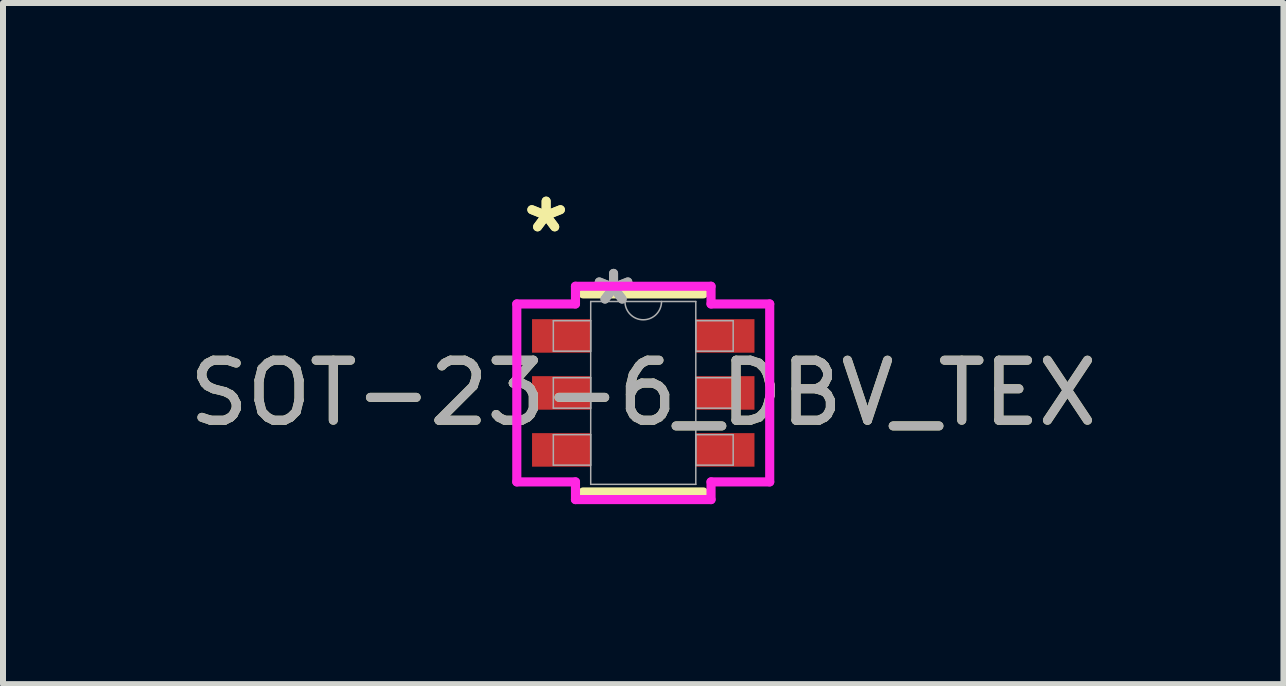
<source format=kicad_pcb>
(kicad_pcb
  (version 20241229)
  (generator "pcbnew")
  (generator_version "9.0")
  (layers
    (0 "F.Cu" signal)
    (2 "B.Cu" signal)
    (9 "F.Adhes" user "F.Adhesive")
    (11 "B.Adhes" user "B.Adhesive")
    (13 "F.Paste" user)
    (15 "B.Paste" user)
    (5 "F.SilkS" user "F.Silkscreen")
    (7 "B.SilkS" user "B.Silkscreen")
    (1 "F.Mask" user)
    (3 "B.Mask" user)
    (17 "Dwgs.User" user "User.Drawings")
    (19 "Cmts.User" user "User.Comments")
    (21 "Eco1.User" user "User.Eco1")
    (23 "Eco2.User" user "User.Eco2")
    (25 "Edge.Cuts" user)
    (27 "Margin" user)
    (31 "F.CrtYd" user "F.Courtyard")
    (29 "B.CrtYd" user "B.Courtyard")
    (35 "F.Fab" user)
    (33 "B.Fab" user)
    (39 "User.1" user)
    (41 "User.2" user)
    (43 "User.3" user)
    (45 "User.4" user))
  (footprint "SOT-23-6_DBV_TEX"
    (layer "F.Cu")
    (at 7.673 3.5)
    (property "Reference" "SOT-23-6_DBV_TEX" (at 0 0 0) (unlocked yes) (layer "F.SilkS") (effects (font (size 1 1) (thickness 0.15))))
    (attr smd)
    (fp_line (start -1.003 1.651) (end 1.003 1.651) (stroke (width 0.152) (type solid)) (layer "F.SilkS"))
    (fp_line (start 1.003 -1.651) (end -1.003 -1.651) (stroke (width 0.152) (type solid)) (layer "F.SilkS"))
    (fp_line (start -2.108 -1.483) (end -1.13 -1.483) (stroke (width 0.152) (type solid)) (layer "F.CrtYd"))
    (fp_line (start -2.108 1.483) (end -2.108 -1.483) (stroke (width 0.152) (type solid)) (layer "F.CrtYd"))
    (fp_line (start -2.108 1.483) (end -1.13 1.483) (stroke (width 0.152) (type solid)) (layer "F.CrtYd"))
    (fp_line (start -1.13 -1.778) (end 1.13 -1.778) (stroke (width 0.152) (type solid)) (layer "F.CrtYd"))
    (fp_line (start -1.13 -1.483) (end -1.13 -1.778) (stroke (width 0.152) (type solid)) (layer "F.CrtYd"))
    (fp_line (start -1.13 1.778) (end -1.13 1.483) (stroke (width 0.152) (type solid)) (layer "F.CrtYd"))
    (fp_line (start 1.13 -1.778) (end 1.13 -1.483) (stroke (width 0.152) (type solid)) (layer "F.CrtYd"))
    (fp_line (start 1.13 1.483) (end 1.13 1.778) (stroke (width 0.152) (type solid)) (layer "F.CrtYd"))
    (fp_line (start 1.13 1.778) (end -1.13 1.778) (stroke (width 0.152) (type solid)) (layer "F.CrtYd"))
    (fp_line (start 2.108 -1.483) (end 1.13 -1.483) (stroke (width 0.152) (type solid)) (layer "F.CrtYd"))
    (fp_line (start 2.108 -1.483) (end 2.108 1.483) (stroke (width 0.152) (type solid)) (layer "F.CrtYd"))
    (fp_line (start 2.108 1.483) (end 1.13 1.483) (stroke (width 0.152) (type solid)) (layer "F.CrtYd"))
    (fp_line (start -1.499 -1.204) (end -1.499 -0.696) (stroke (width 0.025) (type solid)) (layer "F.Fab"))
    (fp_line (start -1.499 -0.696) (end -0.876 -0.696) (stroke (width 0.025) (type solid)) (layer "F.Fab"))
    (fp_line (start -1.499 -0.254) (end -1.499 0.254) (stroke (width 0.025) (type solid)) (layer "F.Fab"))
    (fp_line (start -1.499 0.254) (end -0.876 0.254) (stroke (width 0.025) (type solid)) (layer "F.Fab"))
    (fp_line (start -1.499 0.696) (end -1.499 1.204) (stroke (width 0.025) (type solid)) (layer "F.Fab"))
    (fp_line (start -1.499 1.204) (end -0.876 1.204) (stroke (width 0.025) (type solid)) (layer "F.Fab"))
    (fp_line (start -0.876 -1.524) (end -0.876 1.524) (stroke (width 0.025) (type solid)) (layer "F.Fab"))
    (fp_line (start -0.876 -1.204) (end -1.499 -1.204) (stroke (width 0.025) (type solid)) (layer "F.Fab"))
    (fp_line (start -0.876 -0.696) (end -0.876 -1.204) (stroke (width 0.025) (type solid)) (layer "F.Fab"))
    (fp_line (start -0.876 -0.254) (end -1.499 -0.254) (stroke (width 0.025) (type solid)) (layer "F.Fab"))
    (fp_line (start -0.876 0.254) (end -0.876 -0.254) (stroke (width 0.025) (type solid)) (layer "F.Fab"))
    (fp_line (start -0.876 0.696) (end -1.499 0.696) (stroke (width 0.025) (type solid)) (layer "F.Fab"))
    (fp_line (start -0.876 1.204) (end -0.876 0.696) (stroke (width 0.025) (type solid)) (layer "F.Fab"))
    (fp_line (start -0.876 1.524) (end 0.876 1.524) (stroke (width 0.025) (type solid)) (layer "F.Fab"))
    (fp_line (start 0.876 -1.524) (end -0.876 -1.524) (stroke (width 0.025) (type solid)) (layer "F.Fab"))
    (fp_line (start 0.876 -1.204) (end 0.876 -0.696) (stroke (width 0.025) (type solid)) (layer "F.Fab"))
    (fp_line (start 0.876 -0.696) (end 1.499 -0.696) (stroke (width 0.025) (type solid)) (layer "F.Fab"))
    (fp_line (start 0.876 -0.254) (end 0.876 0.254) (stroke (width 0.025) (type solid)) (layer "F.Fab"))
    (fp_line (start 0.876 0.254) (end 1.499 0.254) (stroke (width 0.025) (type solid)) (layer "F.Fab"))
    (fp_line (start 0.876 0.696) (end 0.876 1.204) (stroke (width 0.025) (type solid)) (layer "F.Fab"))
    (fp_line (start 0.876 1.204) (end 1.499 1.204) (stroke (width 0.025) (type solid)) (layer "F.Fab"))
    (fp_line (start 0.876 1.524) (end 0.876 -1.524) (stroke (width 0.025) (type solid)) (layer "F.Fab"))
    (fp_line (start 1.499 -1.204) (end 0.876 -1.204) (stroke (width 0.025) (type solid)) (layer "F.Fab"))
    (fp_line (start 1.499 -0.696) (end 1.499 -1.204) (stroke (width 0.025) (type solid)) (layer "F.Fab"))
    (fp_line (start 1.499 -0.254) (end 0.876 -0.254) (stroke (width 0.025) (type solid)) (layer "F.Fab"))
    (fp_line (start 1.499 0.254) (end 1.499 -0.254) (stroke (width 0.025) (type solid)) (layer "F.Fab"))
    (fp_line (start 1.499 0.696) (end 0.876 0.696) (stroke (width 0.025) (type solid)) (layer "F.Fab"))
    (fp_line (start 1.499 1.204) (end 1.499 0.696) (stroke (width 0.025) (type solid)) (layer "F.Fab"))
    (fp_arc (start 0.3048 -1.524) (mid 0 -1.2192) (end -0.3048 -1.524) (stroke (width 0.0254) (type solid)) (layer "F.Fab"))
    (fp_text user "*" (at -1.619 -2.652 0) (layer "F.SilkS") (effects (font (size 1 1) (thickness 0.15))))
    (fp_text user "*" (at -1.619 -2.652 0) (unlocked yes) (layer "F.SilkS") (effects (font (size 1 1) (thickness 0.15))))
    (fp_text user "*" (at -0.495 -1.448 0) (layer "F.Fab") (effects (font (size 1 1) (thickness 0.15))))
    (fp_text user "${REFERENCE}" (at 0 0 0) (unlocked yes) (layer "F.Fab") (effects (font (size 1 1) (thickness 0.15))))
    (fp_text user "*" (at -0.495 -1.448 0) (unlocked yes) (layer "F.Fab") (effects (font (size 1 1) (thickness 0.15))))
    (pad "1" smd rect (at -1.365 -0.95) (size 0.978 0.559) (layers "F.Cu" "F.Mask" "F.Paste"))
    (pad "2" smd rect (at -1.365 0) (size 0.978 0.559) (layers "F.Cu" "F.Mask" "F.Paste"))
    (pad "3" smd rect (at -1.365 0.95) (size 0.978 0.559) (layers "F.Cu" "F.Mask" "F.Paste"))
    (pad "4" smd rect (at 1.365 0.95) (size 0.978 0.559) (layers "F.Cu" "F.Mask" "F.Paste"))
    (pad "5" smd rect (at 1.365 0) (size 0.978 0.559) (layers "F.Cu" "F.Mask" "F.Paste"))
    (pad "6" smd rect (at 1.365 -0.95) (size 0.978 0.559) (layers "F.Cu" "F.Mask" "F.Paste")))
  (gr_rect
    (start -3 -3)
    (end 18.345 8.354)
    (stroke (width 0.1) (type default))
    (fill no)
    (layer "Edge.Cuts")))
</source>
